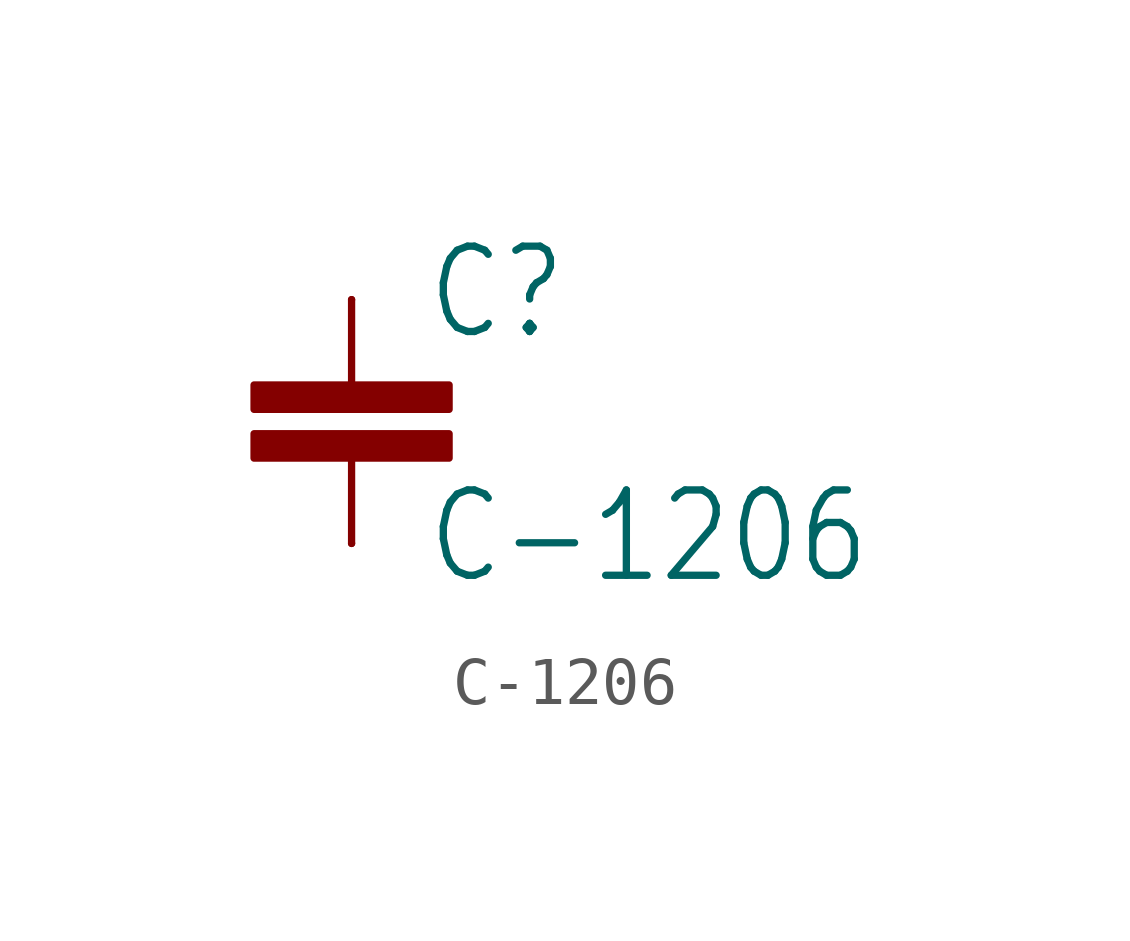
<source format=kicad_sym>
(kicad_symbol_lib
  (version 20211014)
  (generator kicad_symbol_editor)
  (symbol "C-1206"
    (property "Reference" "C"
      (at 1.524 1.651 0)
      (effects (font (size 1.778 1.511)) (justify left bottom)))
    (property "Value" "C-1206"
      (at 1.524 -3.429 0)
      (effects (font (size 1.778 1.511)) (justify left bottom)))
    (property "ki_locked" ""
      (at 0 0 0)
      (effects (font (size 1.27 1.27))))
    (symbol "C-1206_1_0"
      (rectangle (start -2.032 -0.762) (end 2.032 -0.254) (stroke (width 0) (type default) (color 0 0 0 0)) (fill (type outline)))
      (rectangle (start -2.032 0.254) (end 2.032 0.762) (stroke (width 0) (type default) (color 0 0 0 0)) (fill (type outline)))
      (polyline (pts (xy 0 -2.54) (xy 0 -0.762)) (stroke (width 0.152) (type default) (color 0 0 0 0)) (fill (type none)))
      (polyline (pts (xy 0 2.54) (xy 0 0.762)) (stroke (width 0.152) (type default) (color 0 0 0 0)) (fill (type none)))
      (pin passive line (at 0 2.54 270) (length 0) (name "1" (effects (font (size 0 0)))) (number "1" (effects (font (size 0 0)))))
      (pin passive line (at 0 -2.54 90) (length 0) (name "2" (effects (font (size 0 0)))) (number "2" (effects (font (size 0 0))))))))
</source>
